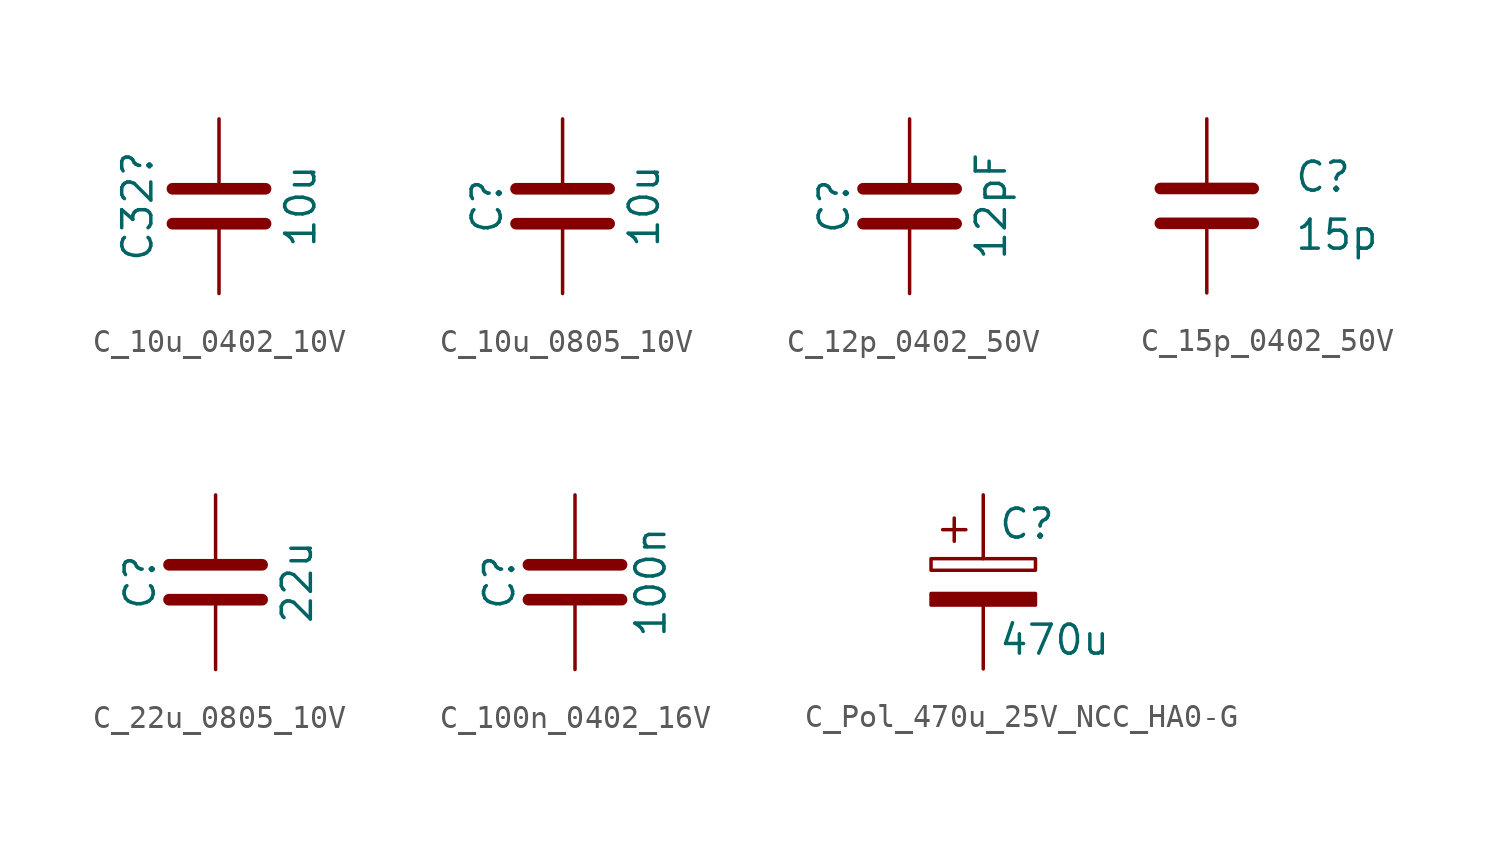
<source format=kicad_sym>
(kicad_symbol_lib
  (version 20241209)
  (generator "kicad_symbol_editor")
  (generator_version "9.0")
  (symbol "C_10u_0402_10V"
    (pin_numbers
      (hide yes))
    (pin_names
      (offset 0.254))
    (property "Reference" "C32"
      (at -3.556 0 90)
      (effects (font (size 1.27 1.27))))
    (property "Value" "10u"
      (at 3.556 0 90)
      (effects (font (size 1.27 1.27))))
    (symbol "C_10u_0402_10V_0_1"
      (polyline (pts (xy -2.032 0.762) (xy 2.032 0.762)) (stroke (width 0.508) (type default)) (fill (type none)))
      (polyline (pts (xy -2.032 -0.762) (xy 2.032 -0.762)) (stroke (width 0.508) (type default)) (fill (type none))))
    (symbol "C_10u_0402_10V_1_1"
      (pin passive line (at 0 3.81 270) (length 2.794) (name "~" (effects (font (size 1.27 1.27)))) (number "1" (effects (font (size 1.27 1.27)))))
      (pin passive line (at 0 -3.81 90) (length 2.794) (name "~" (effects (font (size 1.27 1.27)))) (number "2" (effects (font (size 1.27 1.27)))))))
  (symbol "C_10u_0805_10V"
    (pin_numbers
      (hide yes))
    (pin_names
      (offset 0.254))
    (property "Reference" "C"
      (at -3.302 0 90)
      (effects (font (size 1.27 1.27))))
    (property "Value" "10u"
      (at 3.556 0 90)
      (effects (font (size 1.27 1.27))))
    (symbol "C_10u_0805_10V_0_1"
      (polyline (pts (xy -2.032 0.762) (xy 2.032 0.762)) (stroke (width 0.508) (type default)) (fill (type none)))
      (polyline (pts (xy -2.032 -0.762) (xy 2.032 -0.762)) (stroke (width 0.508) (type default)) (fill (type none))))
    (symbol "C_10u_0805_10V_1_1"
      (pin passive line (at 0 3.81 270) (length 2.794) (name "~" (effects (font (size 1.27 1.27)))) (number "1" (effects (font (size 1.27 1.27)))))
      (pin passive line (at 0 -3.81 90) (length 2.794) (name "~" (effects (font (size 1.27 1.27)))) (number "2" (effects (font (size 1.27 1.27)))))))
  (symbol "C_12p_0402_50V"
    (pin_numbers
      (hide yes))
    (pin_names
      (offset 0.254))
    (property "Reference" "C"
      (at -3.302 0 90)
      (effects (font (size 1.27 1.27))))
    (property "Value" "12pF"
      (at 3.556 0 90)
      (effects (font (size 1.27 1.27))))
    (symbol "C_12p_0402_50V_0_1"
      (polyline (pts (xy -2.032 0.762) (xy 2.032 0.762)) (stroke (width 0.508) (type default)) (fill (type none)))
      (polyline (pts (xy -2.032 -0.762) (xy 2.032 -0.762)) (stroke (width 0.508) (type default)) (fill (type none))))
    (symbol "C_12p_0402_50V_1_1"
      (pin passive line (at 0 3.81 270) (length 2.794) (name "~" (effects (font (size 1.27 1.27)))) (number "1" (effects (font (size 1.27 1.27)))))
      (pin passive line (at 0 -3.81 90) (length 2.794) (name "~" (effects (font (size 1.27 1.27)))) (number "2" (effects (font (size 1.27 1.27)))))))
  (symbol "C_15p_0402_50V"
    (pin_numbers
      (hide yes))
    (pin_names
      (offset 0.254))
    (property "Reference" "C"
      (at 3.81 1.27 0)
      (effects (font (size 1.27 1.27)) (justify left)))
    (property "Value" "15p"
      (at 3.81 -1.27 0)
      (effects (font (size 1.27 1.27)) (justify left)))
    (symbol "C_15p_0402_50V_0_1"
      (polyline (pts (xy -2.032 0.762) (xy 2.032 0.762)) (stroke (width 0.508) (type default)) (fill (type none)))
      (polyline (pts (xy -2.032 -0.762) (xy 2.032 -0.762)) (stroke (width 0.508) (type default)) (fill (type none))))
    (symbol "C_15p_0402_50V_1_1"
      (pin passive line (at 0 3.81 270) (length 2.794) (name "~" (effects (font (size 1.27 1.27)))) (number "1" (effects (font (size 1.27 1.27)))))
      (pin passive line (at 0 -3.81 90) (length 2.794) (name "~" (effects (font (size 1.27 1.27)))) (number "2" (effects (font (size 1.27 1.27)))))))
  (symbol "C_22u_0805_10V"
    (pin_numbers
      (hide yes))
    (pin_names
      (offset 0.254))
    (property "Reference" "C"
      (at -3.302 0 90)
      (effects (font (size 1.27 1.27))))
    (property "Value" "22u"
      (at 3.556 0 90)
      (effects (font (size 1.27 1.27))))
    (symbol "C_22u_0805_10V_0_1"
      (polyline (pts (xy -2.032 0.762) (xy 2.032 0.762)) (stroke (width 0.508) (type default)) (fill (type none)))
      (polyline (pts (xy -2.032 -0.762) (xy 2.032 -0.762)) (stroke (width 0.508) (type default)) (fill (type none))))
    (symbol "C_22u_0805_10V_1_1"
      (pin passive line (at 0 3.81 270) (length 2.794) (name "~" (effects (font (size 1.27 1.27)))) (number "1" (effects (font (size 1.27 1.27)))))
      (pin passive line (at 0 -3.81 90) (length 2.794) (name "~" (effects (font (size 1.27 1.27)))) (number "2" (effects (font (size 1.27 1.27)))))))
  (symbol "C_100n_0402_16V"
    (pin_numbers
      (hide yes))
    (pin_names
      (offset 0.254))
    (property "Reference" "C"
      (at -3.302 0 90)
      (effects (font (size 1.27 1.27))))
    (property "Value" "100n"
      (at 3.302 0 90)
      (effects (font (size 1.27 1.27))))
    (symbol "C_100n_0402_16V_0_1"
      (polyline (pts (xy -2.032 0.762) (xy 2.032 0.762)) (stroke (width 0.508) (type default)) (fill (type none)))
      (polyline (pts (xy -2.032 -0.762) (xy 2.032 -0.762)) (stroke (width 0.508) (type default)) (fill (type none))))
    (symbol "C_100n_0402_16V_1_1"
      (pin passive line (at 0 3.81 270) (length 2.794) (name "~" (effects (font (size 1.27 1.27)))) (number "1" (effects (font (size 1.27 1.27)))))
      (pin passive line (at 0 -3.81 90) (length 2.794) (name "~" (effects (font (size 1.27 1.27)))) (number "2" (effects (font (size 1.27 1.27)))))))
  (symbol "C_Pol_470u_25V_NCC_HA0-G"
    (pin_numbers
      (hide yes))
    (pin_names
      (offset 0.254))
    (property "Reference" "C"
      (at 0.635 2.54 0)
      (effects (font (size 1.27 1.27)) (justify left)))
    (property "Value" "470u"
      (at 0.635 -2.54 0)
      (effects (font (size 1.27 1.27)) (justify left)))
    (symbol "C_Pol_470u_25V_NCC_HA0-G_0_1"
      (rectangle (start -2.286 0.508) (end 2.286 1.016) (stroke (width 0) (type default)) (fill (type none)))
      (polyline (pts (xy -1.778 2.286) (xy -0.762 2.286)) (stroke (width 0) (type default)) (fill (type none)))
      (polyline (pts (xy -1.27 2.794) (xy -1.27 1.778)) (stroke (width 0) (type default)) (fill (type none)))
      (rectangle (start 2.286 -0.508) (end -2.286 -1.016) (stroke (width 0) (type default)) (fill (type outline))))
    (symbol "C_Pol_470u_25V_NCC_HA0-G_1_1"
      (pin passive line (at 0 3.81 270) (length 2.794) (name "~" (effects (font (size 1.27 1.27)))) (number "1" (effects (font (size 1.27 1.27)))))
      (pin passive line (at 0 -3.81 90) (length 2.794) (name "~" (effects (font (size 1.27 1.27)))) (number "2" (effects (font (size 1.27 1.27))))))))
</source>
